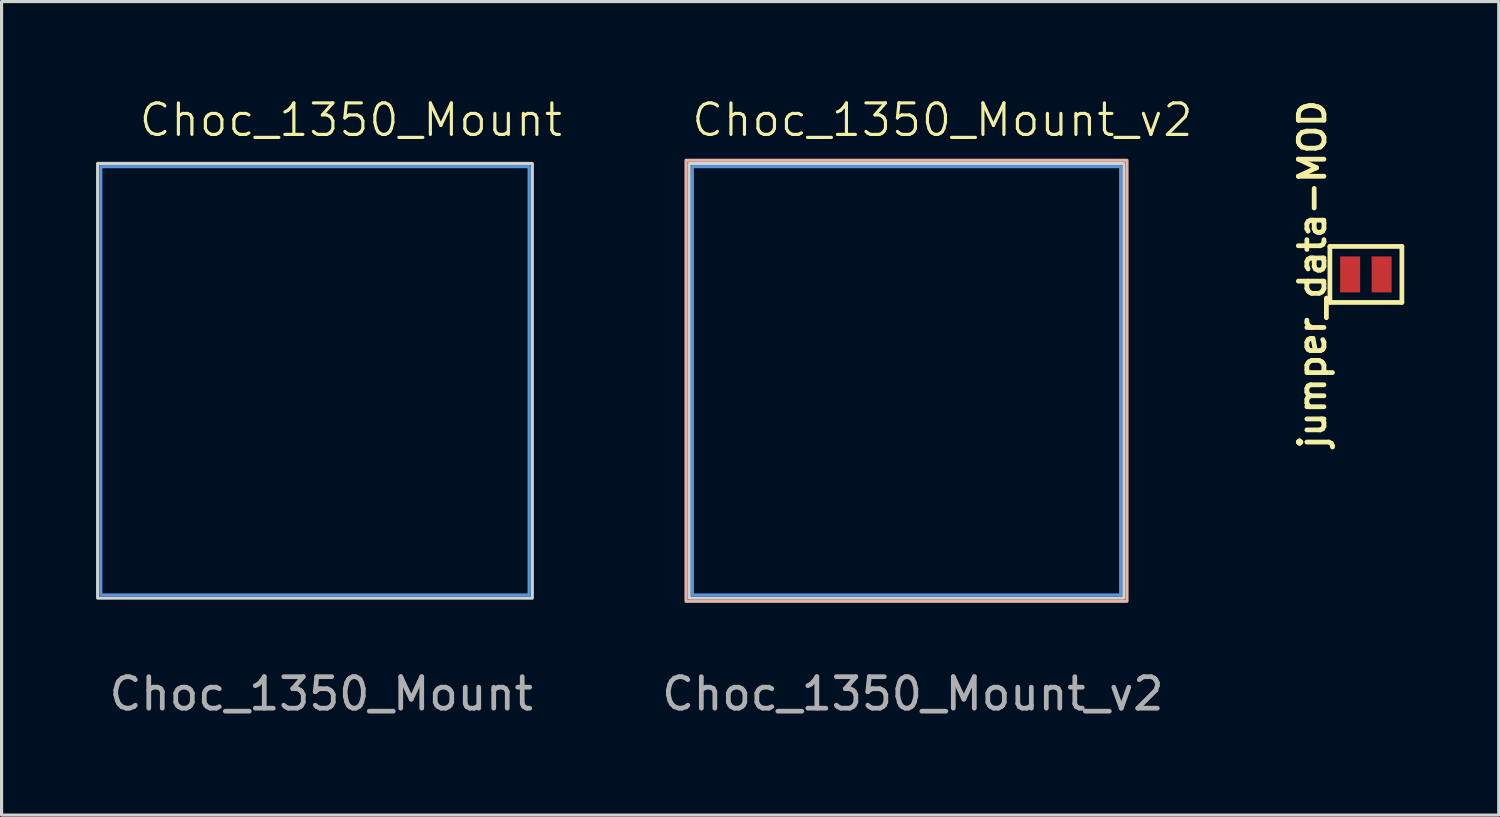
<source format=kicad_pcb>
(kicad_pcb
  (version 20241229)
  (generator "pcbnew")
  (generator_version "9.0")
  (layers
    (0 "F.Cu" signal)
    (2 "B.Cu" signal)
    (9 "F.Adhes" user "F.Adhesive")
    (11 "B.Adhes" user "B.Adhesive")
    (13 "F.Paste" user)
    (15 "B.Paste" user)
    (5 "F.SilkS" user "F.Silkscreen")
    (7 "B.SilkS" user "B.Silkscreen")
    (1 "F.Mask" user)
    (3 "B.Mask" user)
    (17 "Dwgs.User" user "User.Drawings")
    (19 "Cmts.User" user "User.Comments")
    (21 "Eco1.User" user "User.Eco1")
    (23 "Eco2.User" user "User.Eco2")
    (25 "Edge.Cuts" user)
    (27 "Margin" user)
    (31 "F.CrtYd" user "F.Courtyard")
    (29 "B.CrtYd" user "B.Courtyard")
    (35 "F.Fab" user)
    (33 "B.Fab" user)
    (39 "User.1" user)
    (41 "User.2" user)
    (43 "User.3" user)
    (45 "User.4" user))
  (footprint "jumper_data-MOD"
    (layer "F.Cu")
    (at 40.317 5.663)
    (property "Reference" "jumper_data-MOD" (at -1.7 0 270) (layer "F.SilkS") (effects (font (size 0.813 0.813) (thickness 0.152))))
    (attr smd)
    (fp_line (start -1.143 -0.889) (end 1.143 -0.889) (stroke (width 0.15) (type solid)) (layer "F.SilkS"))
    (fp_line (start -1.143 0.889) (end -1.143 -0.889) (stroke (width 0.15) (type solid)) (layer "F.SilkS"))
    (fp_line (start 1.143 -0.889) (end 1.143 0.889) (stroke (width 0.15) (type solid)) (layer "F.SilkS"))
    (fp_line (start 1.143 0.889) (end -1.143 0.889) (stroke (width 0.15) (type solid)) (layer "F.SilkS"))
    (pad "1" smd rect (at -0.5 0) (size 0.635 1.143) (layers "F.Cu" "F.Mask" "F.Paste"))
    (pad "2" smd rect (at 0.5 0) (size 0.635 1.143) (layers "F.Cu" "F.Mask" "F.Paste")))
  (footprint "Choc_1350_Mount_v2"
    (layer "F.Cu")
    (at 25.732 9.04)
    (property "Reference" "Choc_1350_Mount_v2" (at 1.14 -8.28 0) (unlocked yes) (layer "F.SilkS") (effects (font (size 1 1) (thickness 0.1))))
    (attr through_hole)
    (fp_rect (start -7 -7) (end 7 7) (stroke (width 0.1) (type default)) (fill no) (layer "B.SilkS"))
    (fp_rect (start -6.8 -6.8) (end 6.8 6.8) (stroke (width 0.1) (type default)) (fill no) (layer "Cmts.User"))
    (fp_rect (start -6.9 -6.9) (end 6.9 6.9) (stroke (width 0.1) (type solid)) (fill no) (layer "Edge.Cuts"))
    (fp_text user "${REFERENCE}" (at 0.2 9.94 0) (unlocked yes) (layer "F.Fab") (effects (font (size 1 1) (thickness 0.15)))))
  (footprint "Choc_1350_Mount"
    (layer "F.Cu")
    (at 6.95 9.04)
    (property "Reference" "Choc_1350_Mount" (at 1.14 -8.28 0) (unlocked yes) (layer "F.SilkS") (effects (font (size 1 1) (thickness 0.1))))
    (attr through_hole)
    (fp_rect (start -6.8 -6.8) (end 6.8 6.8) (stroke (width 0.1) (type default)) (fill no) (layer "Cmts.User"))
    (fp_rect (start -6.9 -6.9) (end 6.9 6.9) (stroke (width 0.1) (type solid)) (fill no) (layer "Edge.Cuts"))
    (fp_text user "${REFERENCE}" (at 0.2 9.94 0) (unlocked yes) (layer "F.Fab") (effects (font (size 1 1) (thickness 0.15)))))
  (gr_rect
    (start -3 -3)
    (end 44.535 22.829)
    (stroke (width 0.1) (type default))
    (fill no)
    (layer "Edge.Cuts")))
</source>
